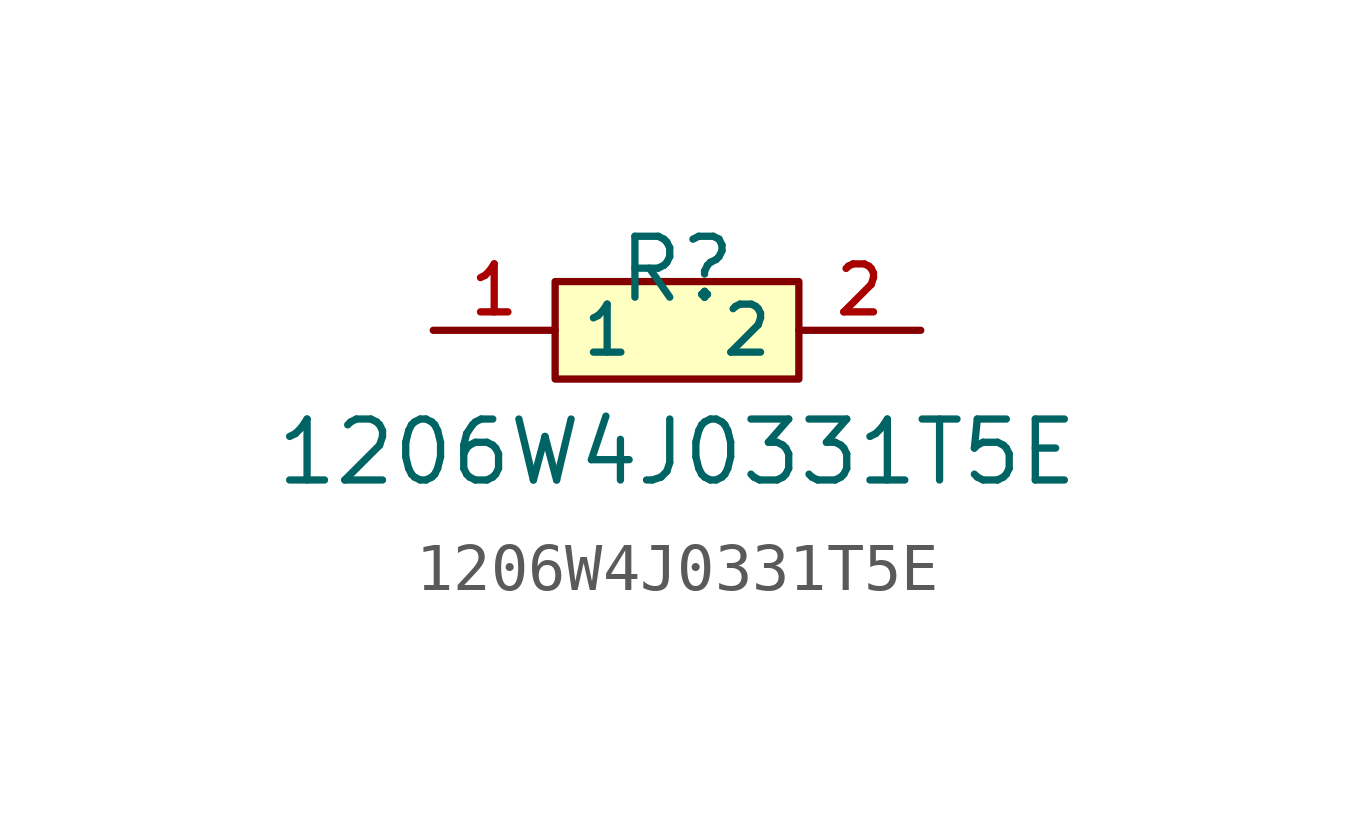
<source format=kicad_sym>
(kicad_symbol_lib
  (version 20210201)
  (generator TousstNicolas/JLC2KiCad_lib)
  (symbol "1206W4J0331T5E"
    (property "Reference" "R"
      (at 0 1.27 0)
      (effects (font (size 1.27 1.27))))
    (property "Value" "1206W4J0331T5E"
      (at 0 -2.54 0)
      (effects (font (size 1.27 1.27))))
    (symbol "1206W4J0331T5E_0_1"
      (pin input line (at 5.08 -0.0 180) (length 2.54) (name "2" (effects (font (size 1 1)))) (number "2" (effects (font (size 1 1)))))
      (pin input line (at -5.08 -0.0 0) (length 2.54) (name "1" (effects (font (size 1 1)))) (number "1" (effects (font (size 1 1)))))
      (rectangle (start -2.54 1.016) (end 2.54 -1.016) (stroke (width 0) (type default) (color 0 0 0 0)) (fill (type background))))))
</source>
